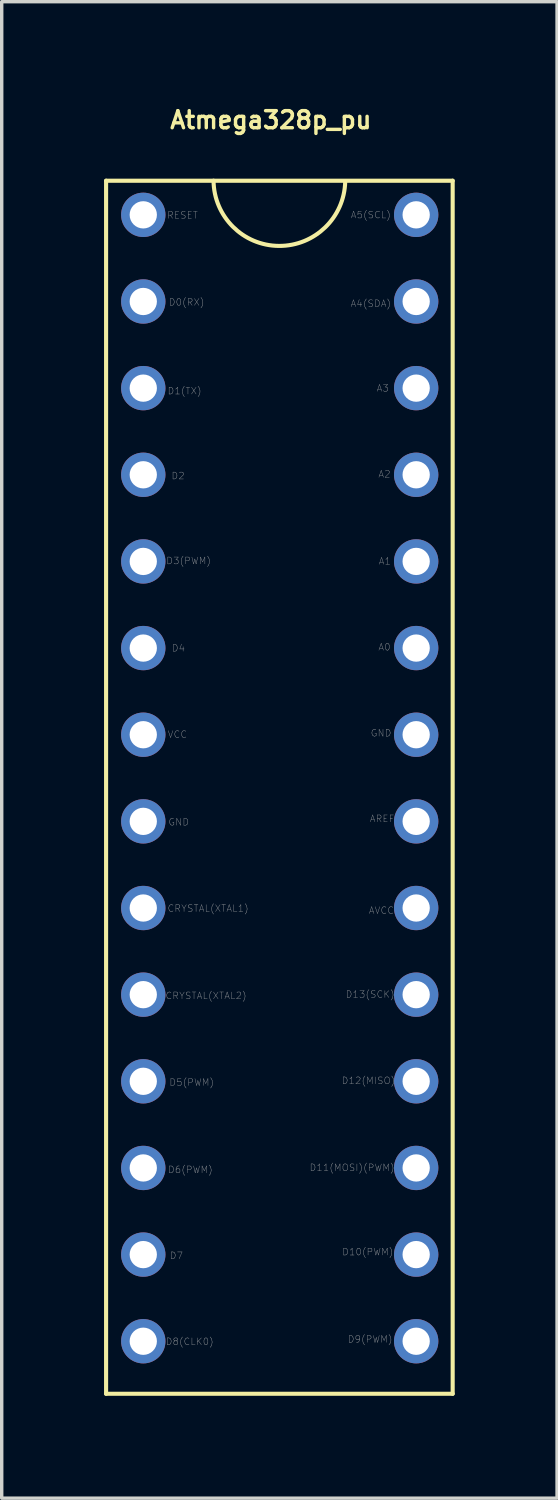
<source format=kicad_pcb>
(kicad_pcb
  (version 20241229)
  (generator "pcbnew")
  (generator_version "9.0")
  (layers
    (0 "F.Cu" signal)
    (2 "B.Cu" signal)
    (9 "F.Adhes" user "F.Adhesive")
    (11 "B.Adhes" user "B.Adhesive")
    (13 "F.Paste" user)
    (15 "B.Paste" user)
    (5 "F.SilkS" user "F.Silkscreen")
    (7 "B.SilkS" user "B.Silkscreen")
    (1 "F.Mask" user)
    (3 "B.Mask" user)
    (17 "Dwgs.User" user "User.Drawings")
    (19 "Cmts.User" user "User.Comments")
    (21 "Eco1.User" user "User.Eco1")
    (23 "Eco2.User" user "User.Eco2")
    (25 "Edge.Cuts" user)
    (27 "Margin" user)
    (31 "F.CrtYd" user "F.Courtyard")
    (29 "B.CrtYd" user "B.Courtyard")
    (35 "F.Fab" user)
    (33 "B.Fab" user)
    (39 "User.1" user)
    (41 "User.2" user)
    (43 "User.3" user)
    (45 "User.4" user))
  (footprint "Atmega328p_pu"
    (layer "F.Cu")
    (at 5.14 17.488)
    (property "Reference" "Atmega328p_pu" (at -0.25 -17.02 0) (layer "F.SilkS") (effects (font (size 0.5 0.5) (thickness 0.1))))
    (attr through_hole)
    (fp_line (start -5.08 -15.24) (end -5.08 20.32) (stroke (width 0.12) (type solid)) (layer "F.SilkS"))
    (fp_line (start -5.08 -15.24) (end 5.08 -15.24) (stroke (width 0.12) (type solid)) (layer "F.SilkS"))
    (fp_line (start -5.08 20.32) (end 5.08 20.32) (stroke (width 0.12) (type solid)) (layer "F.SilkS"))
    (fp_line (start 5.08 20.32) (end 5.08 -15.24) (stroke (width 0.12) (type solid)) (layer "F.SilkS"))
    (fp_arc (start 1.929581 -15.215125) (mid -0.01244 -13.329937) (end -1.929999 -15.240001) (stroke (width 0.12) (type solid)) (layer "F.SilkS"))
    (fp_text user "AVCC" (at 2.99 6.15 0) (layer "F.Fab") (effects (font (size 0.2 0.2) (thickness 0.01))))
    (fp_text user "D7" (at -3.02 16.27 0) (layer "F.Fab") (effects (font (size 0.2 0.2) (thickness 0.01))))
    (fp_text user "D3(PWM)" (at -2.66 -4.1 0) (layer "F.Fab") (effects (font (size 0.2 0.2) (thickness 0.01))))
    (fp_text user "D9(PWM)" (at 2.66 18.72 0) (layer "F.Fab") (effects (font (size 0.2 0.2) (thickness 0.01))))
    (fp_text user "D13(SCK)" (at 2.66 8.61 0) (layer "F.Fab") (effects (font (size 0.2 0.2) (thickness 0.01))))
    (fp_text user "A4(SDA)" (at 2.68 -11.64 0) (layer "F.Fab") (effects (font (size 0.2 0.2) (thickness 0.01))))
    (fp_text user "D10(PWM)" (at 2.59 16.16 0) (layer "F.Fab") (effects (font (size 0.2 0.2) (thickness 0.01))))
    (fp_text user "A1" (at 3.09 -4.09 0) (layer "F.Fab") (effects (font (size 0.2 0.2) (thickness 0.01))))
    (fp_text user "D0(RX)" (at -2.72 -11.68 0) (layer "F.Fab") (effects (font (size 0.2 0.2) (thickness 0.01))))
    (fp_text user "D5(PWM)" (at -2.57 11.19 0) (layer "F.Fab") (effects (font (size 0.2 0.2) (thickness 0.01))))
    (fp_text user "A3" (at 3.03 -9.16 0) (layer "F.Fab") (effects (font (size 0.2 0.2) (thickness 0.01))))
    (fp_text user "A0" (at 3.08 -1.57 0) (layer "F.Fab") (effects (font (size 0.2 0.2) (thickness 0.01))))
    (fp_text user "D4" (at -2.96 -1.54 0) (layer "F.Fab") (effects (font (size 0.2 0.2) (thickness 0.01))))
    (fp_text user "CRYSTAL(XTAL1)" (at -2.09 6.09 0) (layer "F.Fab") (effects (font (size 0.2 0.2) (thickness 0.01))))
    (fp_text user "GND" (at -2.95 3.56 0) (layer "F.Fab") (effects (font (size 0.2 0.2) (thickness 0.01))))
    (fp_text user "AREF" (at 3.01 3.46 0) (layer "F.Fab") (effects (font (size 0.2 0.2) (thickness 0.01))))
    (fp_text user "A5(SCL)" (at 2.68 -14.24 0) (layer "F.Fab") (effects (font (size 0.2 0.2) (thickness 0.01))))
    (fp_text user "GND" (at 2.98 0.95 0) (layer "F.Fab") (effects (font (size 0.2 0.2) (thickness 0.01))))
    (fp_text user "D11(MOSI)(PWM)" (at 2.13 13.69 0) (layer "F.Fab") (effects (font (size 0.2 0.2) (thickness 0.01))))
    (fp_text user "VCC" (at -2.99 0.99 0) (layer "F.Fab") (effects (font (size 0.2 0.2) (thickness 0.01))))
    (fp_text user "D8(CLK0)" (at -2.63 18.79 0) (layer "F.Fab") (effects (font (size 0.2 0.2) (thickness 0.01))))
    (fp_text user "CRYSTAL(XTAL2)" (at -2.15 8.65 0) (layer "F.Fab") (effects (font (size 0.2 0.2) (thickness 0.01))))
    (fp_text user "D1(TX)" (at -2.78 -9.08 0) (layer "F.Fab") (effects (font (size 0.2 0.2) (thickness 0.01))))
    (fp_text user "D2" (at -2.97 -6.59 0) (layer "F.Fab") (effects (font (size 0.2 0.2) (thickness 0.01))))
    (fp_text user "A2" (at 3.08 -6.64 0) (layer "F.Fab") (effects (font (size 0.2 0.2) (thickness 0.01))))
    (fp_text user "D12(MISO)" (at 2.61 11.14 0) (layer "F.Fab") (effects (font (size 0.2 0.2) (thickness 0.01))))
    (fp_text user "D6(PWM)" (at -2.61 13.75 0) (layer "F.Fab") (effects (font (size 0.2 0.2) (thickness 0.01))))
    (fp_text user "RESET" (at -2.84 -14.23 0) (layer "F.Fab") (effects (font (size 0.2 0.2) (thickness 0.01))))
    (pad "1" thru_hole circle (at -3.99 -14.24) (size 1.3 1.3) (drill 0.8) (layers "*.Cu" "*.Mask"))
    (pad "2" thru_hole circle (at -3.99 -11.7) (size 1.3 1.3) (drill 0.8) (layers "*.Cu" "*.Mask"))
    (pad "3" thru_hole circle (at -3.99 -9.16) (size 1.3 1.3) (drill 0.8) (layers "*.Cu" "*.Mask"))
    (pad "4" thru_hole circle (at -3.99 -6.62) (size 1.3 1.3) (drill 0.8) (layers "*.Cu" "*.Mask"))
    (pad "5" thru_hole circle (at -3.99 -4.08) (size 1.3 1.3) (drill 0.8) (layers "*.Cu" "*.Mask"))
    (pad "6" thru_hole circle (at -3.99 -1.54) (size 1.3 1.3) (drill 0.8) (layers "*.Cu" "*.Mask"))
    (pad "7" thru_hole circle (at -3.99 1) (size 1.3 1.3) (drill 0.8) (layers "*.Cu" "*.Mask"))
    (pad "8" thru_hole circle (at -3.99 3.54) (size 1.3 1.3) (drill 0.8) (layers "*.Cu" "*.Mask"))
    (pad "9" thru_hole circle (at -3.99 6.08) (size 1.3 1.3) (drill 0.8) (layers "*.Cu" "*.Mask"))
    (pad "10" thru_hole circle (at -3.99 8.62) (size 1.3 1.3) (drill 0.8) (layers "*.Cu" "*.Mask"))
    (pad "11" thru_hole circle (at -3.99 11.16) (size 1.3 1.3) (drill 0.8) (layers "*.Cu" "*.Mask"))
    (pad "12" thru_hole circle (at -3.99 13.7) (size 1.3 1.3) (drill 0.8) (layers "*.Cu" "*.Mask"))
    (pad "13" thru_hole circle (at -3.99 16.24) (size 1.3 1.3) (drill 0.8) (layers "*.Cu" "*.Mask"))
    (pad "14" thru_hole circle (at -3.99 18.78) (size 1.3 1.3) (drill 0.8) (layers "*.Cu" "*.Mask"))
    (pad "15" thru_hole circle (at 4.01 18.78) (size 1.3 1.3) (drill 0.8) (layers "*.Cu" "*.Mask"))
    (pad "16" thru_hole circle (at 4.01 16.24) (size 1.3 1.3) (drill 0.8) (layers "*.Cu" "*.Mask"))
    (pad "17" thru_hole circle (at 4.01 13.7) (size 1.3 1.3) (drill 0.8) (layers "*.Cu" "*.Mask"))
    (pad "18" thru_hole circle (at 4.01 11.16) (size 1.3 1.3) (drill 0.8) (layers "*.Cu" "*.Mask"))
    (pad "19" thru_hole circle (at 4.01 8.62) (size 1.3 1.3) (drill 0.8) (layers "*.Cu" "*.Mask"))
    (pad "20" thru_hole circle (at 4.01 6.08) (size 1.3 1.3) (drill 0.8) (layers "*.Cu" "*.Mask"))
    (pad "21" thru_hole circle (at 4.01 3.54) (size 1.3 1.3) (drill 0.8) (layers "*.Cu" "*.Mask"))
    (pad "22" thru_hole circle (at 4.01 1) (size 1.3 1.3) (drill 0.8) (layers "*.Cu" "*.Mask"))
    (pad "23" thru_hole circle (at 4.01 -1.54) (size 1.3 1.3) (drill 0.8) (layers "*.Cu" "*.Mask"))
    (pad "24" thru_hole circle (at 4.01 -4.08) (size 1.3 1.3) (drill 0.8) (layers "*.Cu" "*.Mask"))
    (pad "25" thru_hole circle (at 4.01 -6.62) (size 1.3 1.3) (drill 0.8) (layers "*.Cu" "*.Mask"))
    (pad "26" thru_hole circle (at 4.01 -9.16) (size 1.3 1.3) (drill 0.8) (layers "*.Cu" "*.Mask"))
    (pad "27" thru_hole circle (at 4.01 -11.7) (size 1.3 1.3) (drill 0.8) (layers "*.Cu" "*.Mask"))
    (pad "28" thru_hole circle (at 4.01 -14.24) (size 1.3 1.3) (drill 0.8) (layers "*.Cu" "*.Mask")))
  (gr_rect
    (start -3 -3)
    (end 13.28 40.868)
    (stroke (width 0.1) (type default))
    (fill no)
    (layer "Edge.Cuts")))
</source>
